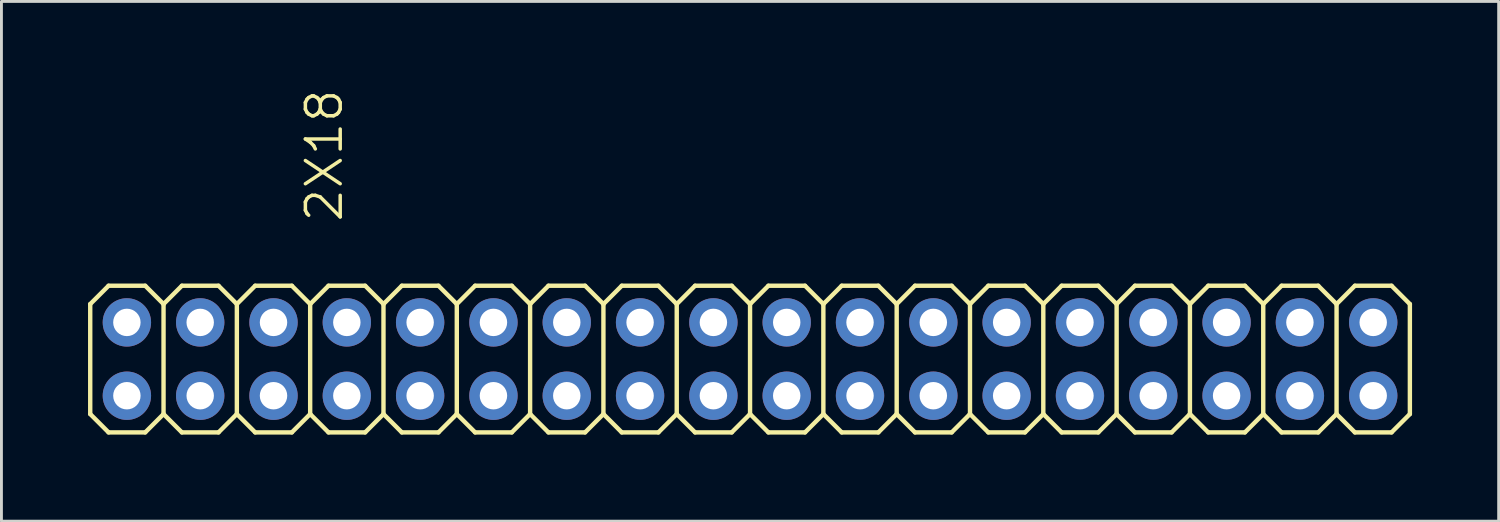
<source format=kicad_pcb>
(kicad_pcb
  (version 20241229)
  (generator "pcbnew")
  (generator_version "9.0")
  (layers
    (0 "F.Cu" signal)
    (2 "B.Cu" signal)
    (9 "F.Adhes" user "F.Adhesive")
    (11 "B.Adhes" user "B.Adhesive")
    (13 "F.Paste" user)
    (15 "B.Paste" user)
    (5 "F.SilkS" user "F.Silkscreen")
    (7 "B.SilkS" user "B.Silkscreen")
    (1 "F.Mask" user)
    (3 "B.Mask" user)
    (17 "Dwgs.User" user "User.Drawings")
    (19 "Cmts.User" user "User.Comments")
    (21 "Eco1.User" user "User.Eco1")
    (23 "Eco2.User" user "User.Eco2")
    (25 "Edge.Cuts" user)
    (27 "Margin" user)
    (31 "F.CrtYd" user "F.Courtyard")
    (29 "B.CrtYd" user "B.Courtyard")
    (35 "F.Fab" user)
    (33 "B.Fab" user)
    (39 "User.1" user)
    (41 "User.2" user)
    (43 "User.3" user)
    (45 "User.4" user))
  (footprint "2X18"
    (layer "F.Cu")
    (at 22.936 9.39)
    (property "Reference" "2X18" (at -14.046 -4.674 90) (layer "F.SilkS") (effects (font (size 1.206 1.206) (thickness 0.121)) (justify left bottom)))
    (attr through_hole)
    (fp_line (start -22.86 -1.905) (end -22.225 -2.54) (stroke (width 0.152) (type solid)) (layer "F.SilkS"))
    (fp_line (start -22.86 1.905) (end -22.86 -1.905) (stroke (width 0.152) (type solid)) (layer "F.SilkS"))
    (fp_line (start -22.86 1.905) (end -22.225 2.54) (stroke (width 0.152) (type solid)) (layer "F.SilkS"))
    (fp_line (start -22.225 -2.54) (end -20.955 -2.54) (stroke (width 0.152) (type solid)) (layer "F.SilkS"))
    (fp_line (start -22.225 2.54) (end -20.955 2.54) (stroke (width 0.152) (type solid)) (layer "F.SilkS"))
    (fp_line (start -20.955 -2.54) (end -20.32 -1.905) (stroke (width 0.152) (type solid)) (layer "F.SilkS"))
    (fp_line (start -20.955 2.54) (end -20.32 1.905) (stroke (width 0.152) (type solid)) (layer "F.SilkS"))
    (fp_line (start -20.32 -1.905) (end -20.32 1.905) (stroke (width 0.152) (type solid)) (layer "F.SilkS"))
    (fp_line (start -20.32 -1.905) (end -19.685 -2.54) (stroke (width 0.152) (type solid)) (layer "F.SilkS"))
    (fp_line (start -20.32 1.905) (end -19.685 2.54) (stroke (width 0.152) (type solid)) (layer "F.SilkS"))
    (fp_line (start -19.685 -2.54) (end -18.415 -2.54) (stroke (width 0.152) (type solid)) (layer "F.SilkS"))
    (fp_line (start -19.685 2.54) (end -18.415 2.54) (stroke (width 0.152) (type solid)) (layer "F.SilkS"))
    (fp_line (start -18.415 -2.54) (end -17.78 -1.905) (stroke (width 0.152) (type solid)) (layer "F.SilkS"))
    (fp_line (start -18.415 2.54) (end -17.78 1.905) (stroke (width 0.152) (type solid)) (layer "F.SilkS"))
    (fp_line (start -17.78 -1.905) (end -17.78 1.905) (stroke (width 0.152) (type solid)) (layer "F.SilkS"))
    (fp_line (start -17.78 -1.905) (end -17.145 -2.54) (stroke (width 0.152) (type solid)) (layer "F.SilkS"))
    (fp_line (start -17.78 1.905) (end -17.145 2.54) (stroke (width 0.152) (type solid)) (layer "F.SilkS"))
    (fp_line (start -17.145 -2.54) (end -15.875 -2.54) (stroke (width 0.152) (type solid)) (layer "F.SilkS"))
    (fp_line (start -17.145 2.54) (end -15.875 2.54) (stroke (width 0.152) (type solid)) (layer "F.SilkS"))
    (fp_line (start -15.875 -2.54) (end -15.24 -1.905) (stroke (width 0.152) (type solid)) (layer "F.SilkS"))
    (fp_line (start -15.875 2.54) (end -15.24 1.905) (stroke (width 0.152) (type solid)) (layer "F.SilkS"))
    (fp_line (start -15.24 -1.905) (end -15.24 1.905) (stroke (width 0.152) (type solid)) (layer "F.SilkS"))
    (fp_line (start -15.24 -1.905) (end -14.605 -2.54) (stroke (width 0.152) (type solid)) (layer "F.SilkS"))
    (fp_line (start -15.24 1.905) (end -14.605 2.54) (stroke (width 0.152) (type solid)) (layer "F.SilkS"))
    (fp_line (start -14.605 -2.54) (end -13.335 -2.54) (stroke (width 0.152) (type solid)) (layer "F.SilkS"))
    (fp_line (start -14.605 2.54) (end -13.335 2.54) (stroke (width 0.152) (type solid)) (layer "F.SilkS"))
    (fp_line (start -13.335 -2.54) (end -12.7 -1.905) (stroke (width 0.152) (type solid)) (layer "F.SilkS"))
    (fp_line (start -13.335 2.54) (end -12.7 1.905) (stroke (width 0.152) (type solid)) (layer "F.SilkS"))
    (fp_line (start -12.7 -1.905) (end -12.7 1.905) (stroke (width 0.152) (type solid)) (layer "F.SilkS"))
    (fp_line (start -12.7 -1.905) (end -12.065 -2.54) (stroke (width 0.152) (type solid)) (layer "F.SilkS"))
    (fp_line (start -12.7 1.905) (end -12.065 2.54) (stroke (width 0.152) (type solid)) (layer "F.SilkS"))
    (fp_line (start -12.065 -2.54) (end -10.795 -2.54) (stroke (width 0.152) (type solid)) (layer "F.SilkS"))
    (fp_line (start -12.065 2.54) (end -10.795 2.54) (stroke (width 0.152) (type solid)) (layer "F.SilkS"))
    (fp_line (start -10.795 -2.54) (end -10.16 -1.905) (stroke (width 0.152) (type solid)) (layer "F.SilkS"))
    (fp_line (start -10.795 2.54) (end -10.16 1.905) (stroke (width 0.152) (type solid)) (layer "F.SilkS"))
    (fp_line (start -10.16 -1.905) (end -10.16 1.905) (stroke (width 0.152) (type solid)) (layer "F.SilkS"))
    (fp_line (start -10.16 -1.905) (end -9.525 -2.54) (stroke (width 0.152) (type solid)) (layer "F.SilkS"))
    (fp_line (start -10.16 1.905) (end -9.525 2.54) (stroke (width 0.152) (type solid)) (layer "F.SilkS"))
    (fp_line (start -9.525 -2.54) (end -8.255 -2.54) (stroke (width 0.152) (type solid)) (layer "F.SilkS"))
    (fp_line (start -9.525 2.54) (end -8.255 2.54) (stroke (width 0.152) (type solid)) (layer "F.SilkS"))
    (fp_line (start -8.255 -2.54) (end -7.62 -1.905) (stroke (width 0.152) (type solid)) (layer "F.SilkS"))
    (fp_line (start -8.255 2.54) (end -7.62 1.905) (stroke (width 0.152) (type solid)) (layer "F.SilkS"))
    (fp_line (start -7.62 -1.905) (end -7.62 1.905) (stroke (width 0.152) (type solid)) (layer "F.SilkS"))
    (fp_line (start -7.62 -1.905) (end -6.985 -2.54) (stroke (width 0.152) (type solid)) (layer "F.SilkS"))
    (fp_line (start -7.62 1.905) (end -6.985 2.54) (stroke (width 0.152) (type solid)) (layer "F.SilkS"))
    (fp_line (start -6.985 -2.54) (end -5.715 -2.54) (stroke (width 0.152) (type solid)) (layer "F.SilkS"))
    (fp_line (start -5.715 -2.54) (end -5.08 -1.905) (stroke (width 0.152) (type solid)) (layer "F.SilkS"))
    (fp_line (start -5.715 2.54) (end -6.985 2.54) (stroke (width 0.152) (type solid)) (layer "F.SilkS"))
    (fp_line (start -5.08 -1.905) (end -5.08 1.905) (stroke (width 0.152) (type solid)) (layer "F.SilkS"))
    (fp_line (start -5.08 -1.905) (end -4.445 -2.54) (stroke (width 0.152) (type solid)) (layer "F.SilkS"))
    (fp_line (start -5.08 1.905) (end -5.715 2.54) (stroke (width 0.152) (type solid)) (layer "F.SilkS"))
    (fp_line (start -5.08 1.905) (end -4.445 2.54) (stroke (width 0.152) (type solid)) (layer "F.SilkS"))
    (fp_line (start -4.445 -2.54) (end -3.175 -2.54) (stroke (width 0.152) (type solid)) (layer "F.SilkS"))
    (fp_line (start -3.175 -2.54) (end -2.54 -1.905) (stroke (width 0.152) (type solid)) (layer "F.SilkS"))
    (fp_line (start -3.175 2.54) (end -4.445 2.54) (stroke (width 0.152) (type solid)) (layer "F.SilkS"))
    (fp_line (start -2.54 -1.905) (end -2.54 1.905) (stroke (width 0.152) (type solid)) (layer "F.SilkS"))
    (fp_line (start -2.54 -1.905) (end -1.905 -2.54) (stroke (width 0.152) (type solid)) (layer "F.SilkS"))
    (fp_line (start -2.54 1.905) (end -3.175 2.54) (stroke (width 0.152) (type solid)) (layer "F.SilkS"))
    (fp_line (start -2.54 1.905) (end -1.905 2.54) (stroke (width 0.152) (type solid)) (layer "F.SilkS"))
    (fp_line (start -1.905 -2.54) (end -0.635 -2.54) (stroke (width 0.152) (type solid)) (layer "F.SilkS"))
    (fp_line (start -0.635 -2.54) (end 0 -1.905) (stroke (width 0.152) (type solid)) (layer "F.SilkS"))
    (fp_line (start -0.635 2.54) (end -1.905 2.54) (stroke (width 0.152) (type solid)) (layer "F.SilkS"))
    (fp_line (start 0 -1.905) (end 0 1.905) (stroke (width 0.152) (type solid)) (layer "F.SilkS"))
    (fp_line (start 0 -1.905) (end 0.635 -2.54) (stroke (width 0.152) (type solid)) (layer "F.SilkS"))
    (fp_line (start 0 1.905) (end -0.635 2.54) (stroke (width 0.152) (type solid)) (layer "F.SilkS"))
    (fp_line (start 0 1.905) (end 0.635 2.54) (stroke (width 0.152) (type solid)) (layer "F.SilkS"))
    (fp_line (start 0.635 -2.54) (end 1.905 -2.54) (stroke (width 0.152) (type solid)) (layer "F.SilkS"))
    (fp_line (start 1.905 -2.54) (end 2.54 -1.905) (stroke (width 0.152) (type solid)) (layer "F.SilkS"))
    (fp_line (start 1.905 2.54) (end 0.635 2.54) (stroke (width 0.152) (type solid)) (layer "F.SilkS"))
    (fp_line (start 2.54 -1.905) (end 2.54 1.905) (stroke (width 0.152) (type solid)) (layer "F.SilkS"))
    (fp_line (start 2.54 -1.905) (end 3.175 -2.54) (stroke (width 0.152) (type solid)) (layer "F.SilkS"))
    (fp_line (start 2.54 1.905) (end 1.905 2.54) (stroke (width 0.152) (type solid)) (layer "F.SilkS"))
    (fp_line (start 2.54 1.905) (end 3.175 2.54) (stroke (width 0.152) (type solid)) (layer "F.SilkS"))
    (fp_line (start 3.175 -2.54) (end 4.445 -2.54) (stroke (width 0.152) (type solid)) (layer "F.SilkS"))
    (fp_line (start 4.445 -2.54) (end 5.08 -1.905) (stroke (width 0.152) (type solid)) (layer "F.SilkS"))
    (fp_line (start 4.445 2.54) (end 3.175 2.54) (stroke (width 0.152) (type solid)) (layer "F.SilkS"))
    (fp_line (start 5.08 -1.905) (end 5.08 1.905) (stroke (width 0.152) (type solid)) (layer "F.SilkS"))
    (fp_line (start 5.08 -1.905) (end 5.715 -2.54) (stroke (width 0.152) (type solid)) (layer "F.SilkS"))
    (fp_line (start 5.08 1.905) (end 4.445 2.54) (stroke (width 0.152) (type solid)) (layer "F.SilkS"))
    (fp_line (start 5.08 1.905) (end 5.715 2.54) (stroke (width 0.152) (type solid)) (layer "F.SilkS"))
    (fp_line (start 5.715 -2.54) (end 6.985 -2.54) (stroke (width 0.152) (type solid)) (layer "F.SilkS"))
    (fp_line (start 6.985 2.54) (end 5.715 2.54) (stroke (width 0.152) (type solid)) (layer "F.SilkS"))
    (fp_line (start 7.62 -1.905) (end 6.985 -2.54) (stroke (width 0.152) (type solid)) (layer "F.SilkS"))
    (fp_line (start 7.62 -1.905) (end 7.62 1.905) (stroke (width 0.152) (type solid)) (layer "F.SilkS"))
    (fp_line (start 7.62 -1.905) (end 8.255 -2.54) (stroke (width 0.152) (type solid)) (layer "F.SilkS"))
    (fp_line (start 7.62 1.905) (end 6.985 2.54) (stroke (width 0.152) (type solid)) (layer "F.SilkS"))
    (fp_line (start 7.62 1.905) (end 8.255 2.54) (stroke (width 0.152) (type solid)) (layer "F.SilkS"))
    (fp_line (start 9.525 -2.54) (end 8.255 -2.54) (stroke (width 0.152) (type solid)) (layer "F.SilkS"))
    (fp_line (start 9.525 -2.54) (end 10.16 -1.905) (stroke (width 0.152) (type solid)) (layer "F.SilkS"))
    (fp_line (start 9.525 2.54) (end 8.255 2.54) (stroke (width 0.152) (type solid)) (layer "F.SilkS"))
    (fp_line (start 10.16 -1.905) (end 10.16 1.905) (stroke (width 0.152) (type solid)) (layer "F.SilkS"))
    (fp_line (start 10.16 -1.905) (end 10.795 -2.54) (stroke (width 0.152) (type solid)) (layer "F.SilkS"))
    (fp_line (start 10.16 1.905) (end 9.525 2.54) (stroke (width 0.152) (type solid)) (layer "F.SilkS"))
    (fp_line (start 10.16 1.905) (end 10.795 2.54) (stroke (width 0.152) (type solid)) (layer "F.SilkS"))
    (fp_line (start 12.065 -2.54) (end 10.795 -2.54) (stroke (width 0.152) (type solid)) (layer "F.SilkS"))
    (fp_line (start 12.065 -2.54) (end 12.7 -1.905) (stroke (width 0.152) (type solid)) (layer "F.SilkS"))
    (fp_line (start 12.065 2.54) (end 10.795 2.54) (stroke (width 0.152) (type solid)) (layer "F.SilkS"))
    (fp_line (start 12.7 -1.905) (end 12.7 1.905) (stroke (width 0.152) (type solid)) (layer "F.SilkS"))
    (fp_line (start 12.7 -1.905) (end 13.335 -2.54) (stroke (width 0.152) (type solid)) (layer "F.SilkS"))
    (fp_line (start 12.7 1.905) (end 12.065 2.54) (stroke (width 0.152) (type solid)) (layer "F.SilkS"))
    (fp_line (start 13.335 2.54) (end 12.7 1.905) (stroke (width 0.152) (type solid)) (layer "F.SilkS"))
    (fp_line (start 13.335 2.54) (end 14.605 2.54) (stroke (width 0.152) (type solid)) (layer "F.SilkS"))
    (fp_line (start 14.605 -2.54) (end 13.335 -2.54) (stroke (width 0.152) (type solid)) (layer "F.SilkS"))
    (fp_line (start 14.605 -2.54) (end 15.24 -1.905) (stroke (width 0.152) (type solid)) (layer "F.SilkS"))
    (fp_line (start 15.24 -1.905) (end 15.24 1.905) (stroke (width 0.152) (type solid)) (layer "F.SilkS"))
    (fp_line (start 15.24 -1.905) (end 15.875 -2.54) (stroke (width 0.152) (type solid)) (layer "F.SilkS"))
    (fp_line (start 15.24 1.905) (end 14.605 2.54) (stroke (width 0.152) (type solid)) (layer "F.SilkS"))
    (fp_line (start 15.875 2.54) (end 15.24 1.905) (stroke (width 0.152) (type solid)) (layer "F.SilkS"))
    (fp_line (start 15.875 2.54) (end 17.145 2.54) (stroke (width 0.152) (type solid)) (layer "F.SilkS"))
    (fp_line (start 17.145 -2.54) (end 15.875 -2.54) (stroke (width 0.152) (type solid)) (layer "F.SilkS"))
    (fp_line (start 17.145 -2.54) (end 17.78 -1.905) (stroke (width 0.152) (type solid)) (layer "F.SilkS"))
    (fp_line (start 17.78 -1.905) (end 17.78 1.905) (stroke (width 0.152) (type solid)) (layer "F.SilkS"))
    (fp_line (start 17.78 -1.905) (end 18.415 -2.54) (stroke (width 0.152) (type solid)) (layer "F.SilkS"))
    (fp_line (start 17.78 1.905) (end 17.145 2.54) (stroke (width 0.152) (type solid)) (layer "F.SilkS"))
    (fp_line (start 17.78 1.905) (end 18.415 2.54) (stroke (width 0.152) (type solid)) (layer "F.SilkS"))
    (fp_line (start 19.685 -2.54) (end 18.415 -2.54) (stroke (width 0.152) (type solid)) (layer "F.SilkS"))
    (fp_line (start 19.685 -2.54) (end 20.32 -1.905) (stroke (width 0.152) (type solid)) (layer "F.SilkS"))
    (fp_line (start 19.685 2.54) (end 18.415 2.54) (stroke (width 0.152) (type solid)) (layer "F.SilkS"))
    (fp_line (start 20.32 -1.905) (end 20.32 1.905) (stroke (width 0.152) (type solid)) (layer "F.SilkS"))
    (fp_line (start 20.32 -1.905) (end 20.955 -2.54) (stroke (width 0.152) (type solid)) (layer "F.SilkS"))
    (fp_line (start 20.32 1.905) (end 19.685 2.54) (stroke (width 0.152) (type solid)) (layer "F.SilkS"))
    (fp_line (start 20.32 1.905) (end 20.955 2.54) (stroke (width 0.152) (type solid)) (layer "F.SilkS"))
    (fp_line (start 22.225 -2.54) (end 20.955 -2.54) (stroke (width 0.152) (type solid)) (layer "F.SilkS"))
    (fp_line (start 22.225 -2.54) (end 22.86 -1.905) (stroke (width 0.152) (type solid)) (layer "F.SilkS"))
    (fp_line (start 22.225 2.54) (end 20.955 2.54) (stroke (width 0.152) (type solid)) (layer "F.SilkS"))
    (fp_line (start 22.86 -1.905) (end 22.86 1.905) (stroke (width 0.152) (type solid)) (layer "F.SilkS"))
    (fp_line (start 22.86 1.905) (end 22.225 2.54) (stroke (width 0.152) (type solid)) (layer "F.SilkS"))
    (fp_poly (pts (xy -21.844 -1.016) (xy -21.336 -1.016) (xy -21.336 -1.524) (xy -21.844 -1.524)) (stroke (width 0.1) (type solid)) (fill no) (layer "F.Fab"))
    (fp_poly (pts (xy -21.844 1.524) (xy -21.336 1.524) (xy -21.336 1.016) (xy -21.844 1.016)) (stroke (width 0.1) (type solid)) (fill no) (layer "F.Fab"))
    (fp_poly (pts (xy -19.304 -1.016) (xy -18.796 -1.016) (xy -18.796 -1.524) (xy -19.304 -1.524)) (stroke (width 0.1) (type solid)) (fill no) (layer "F.Fab"))
    (fp_poly (pts (xy -19.304 1.524) (xy -18.796 1.524) (xy -18.796 1.016) (xy -19.304 1.016)) (stroke (width 0.1) (type solid)) (fill no) (layer "F.Fab"))
    (fp_poly (pts (xy -16.764 -1.016) (xy -16.256 -1.016) (xy -16.256 -1.524) (xy -16.764 -1.524)) (stroke (width 0.1) (type solid)) (fill no) (layer "F.Fab"))
    (fp_poly (pts (xy -16.764 1.524) (xy -16.256 1.524) (xy -16.256 1.016) (xy -16.764 1.016)) (stroke (width 0.1) (type solid)) (fill no) (layer "F.Fab"))
    (fp_poly (pts (xy -14.224 -1.016) (xy -13.716 -1.016) (xy -13.716 -1.524) (xy -14.224 -1.524)) (stroke (width 0.1) (type solid)) (fill no) (layer "F.Fab"))
    (fp_poly (pts (xy -14.224 1.524) (xy -13.716 1.524) (xy -13.716 1.016) (xy -14.224 1.016)) (stroke (width 0.1) (type solid)) (fill no) (layer "F.Fab"))
    (fp_poly (pts (xy -11.684 -1.016) (xy -11.176 -1.016) (xy -11.176 -1.524) (xy -11.684 -1.524)) (stroke (width 0.1) (type solid)) (fill no) (layer "F.Fab"))
    (fp_poly (pts (xy -11.684 1.524) (xy -11.176 1.524) (xy -11.176 1.016) (xy -11.684 1.016)) (stroke (width 0.1) (type solid)) (fill no) (layer "F.Fab"))
    (fp_poly (pts (xy -9.144 -1.016) (xy -8.636 -1.016) (xy -8.636 -1.524) (xy -9.144 -1.524)) (stroke (width 0.1) (type solid)) (fill no) (layer "F.Fab"))
    (fp_poly (pts (xy -9.144 1.524) (xy -8.636 1.524) (xy -8.636 1.016) (xy -9.144 1.016)) (stroke (width 0.1) (type solid)) (fill no) (layer "F.Fab"))
    (fp_poly (pts (xy -6.604 -1.016) (xy -6.096 -1.016) (xy -6.096 -1.524) (xy -6.604 -1.524)) (stroke (width 0.1) (type solid)) (fill no) (layer "F.Fab"))
    (fp_poly (pts (xy -6.604 1.524) (xy -6.096 1.524) (xy -6.096 1.016) (xy -6.604 1.016)) (stroke (width 0.1) (type solid)) (fill no) (layer "F.Fab"))
    (fp_poly (pts (xy -4.064 -1.016) (xy -3.556 -1.016) (xy -3.556 -1.524) (xy -4.064 -1.524)) (stroke (width 0.1) (type solid)) (fill no) (layer "F.Fab"))
    (fp_poly (pts (xy -4.064 1.524) (xy -3.556 1.524) (xy -3.556 1.016) (xy -4.064 1.016)) (stroke (width 0.1) (type solid)) (fill no) (layer "F.Fab"))
    (fp_poly (pts (xy -1.524 -1.016) (xy -1.016 -1.016) (xy -1.016 -1.524) (xy -1.524 -1.524)) (stroke (width 0.1) (type solid)) (fill no) (layer "F.Fab"))
    (fp_poly (pts (xy -1.524 1.524) (xy -1.016 1.524) (xy -1.016 1.016) (xy -1.524 1.016)) (stroke (width 0.1) (type solid)) (fill no) (layer "F.Fab"))
    (fp_poly (pts (xy 1.016 -1.016) (xy 1.524 -1.016) (xy 1.524 -1.524) (xy 1.016 -1.524)) (stroke (width 0.1) (type solid)) (fill no) (layer "F.Fab"))
    (fp_poly (pts (xy 1.016 1.524) (xy 1.524 1.524) (xy 1.524 1.016) (xy 1.016 1.016)) (stroke (width 0.1) (type solid)) (fill no) (layer "F.Fab"))
    (fp_poly (pts (xy 3.556 -1.016) (xy 4.064 -1.016) (xy 4.064 -1.524) (xy 3.556 -1.524)) (stroke (width 0.1) (type solid)) (fill no) (layer "F.Fab"))
    (fp_poly (pts (xy 3.556 1.524) (xy 4.064 1.524) (xy 4.064 1.016) (xy 3.556 1.016)) (stroke (width 0.1) (type solid)) (fill no) (layer "F.Fab"))
    (fp_poly (pts (xy 6.096 -1.016) (xy 6.604 -1.016) (xy 6.604 -1.524) (xy 6.096 -1.524)) (stroke (width 0.1) (type solid)) (fill no) (layer "F.Fab"))
    (fp_poly (pts (xy 6.096 1.524) (xy 6.604 1.524) (xy 6.604 1.016) (xy 6.096 1.016)) (stroke (width 0.1) (type solid)) (fill no) (layer "F.Fab"))
    (fp_poly (pts (xy 8.636 -1.016) (xy 9.144 -1.016) (xy 9.144 -1.524) (xy 8.636 -1.524)) (stroke (width 0.1) (type solid)) (fill no) (layer "F.Fab"))
    (fp_poly (pts (xy 8.636 1.524) (xy 9.144 1.524) (xy 9.144 1.016) (xy 8.636 1.016)) (stroke (width 0.1) (type solid)) (fill no) (layer "F.Fab"))
    (fp_poly (pts (xy 11.176 -1.016) (xy 11.684 -1.016) (xy 11.684 -1.524) (xy 11.176 -1.524)) (stroke (width 0.1) (type solid)) (fill no) (layer "F.Fab"))
    (fp_poly (pts (xy 11.176 1.524) (xy 11.684 1.524) (xy 11.684 1.016) (xy 11.176 1.016)) (stroke (width 0.1) (type solid)) (fill no) (layer "F.Fab"))
    (fp_poly (pts (xy 13.716 -1.016) (xy 14.224 -1.016) (xy 14.224 -1.524) (xy 13.716 -1.524)) (stroke (width 0.1) (type solid)) (fill no) (layer "F.Fab"))
    (fp_poly (pts (xy 13.716 1.524) (xy 14.224 1.524) (xy 14.224 1.016) (xy 13.716 1.016)) (stroke (width 0.1) (type solid)) (fill no) (layer "F.Fab"))
    (fp_poly (pts (xy 16.256 -1.016) (xy 16.764 -1.016) (xy 16.764 -1.524) (xy 16.256 -1.524)) (stroke (width 0.1) (type solid)) (fill no) (layer "F.Fab"))
    (fp_poly (pts (xy 16.256 1.524) (xy 16.764 1.524) (xy 16.764 1.016) (xy 16.256 1.016)) (stroke (width 0.1) (type solid)) (fill no) (layer "F.Fab"))
    (fp_poly (pts (xy 18.796 -1.016) (xy 19.304 -1.016) (xy 19.304 -1.524) (xy 18.796 -1.524)) (stroke (width 0.1) (type solid)) (fill no) (layer "F.Fab"))
    (fp_poly (pts (xy 18.796 1.524) (xy 19.304 1.524) (xy 19.304 1.016) (xy 18.796 1.016)) (stroke (width 0.1) (type solid)) (fill no) (layer "F.Fab"))
    (fp_poly (pts (xy 21.336 -1.016) (xy 21.844 -1.016) (xy 21.844 -1.524) (xy 21.336 -1.524)) (stroke (width 0.1) (type solid)) (fill no) (layer "F.Fab"))
    (fp_poly (pts (xy 21.336 1.524) (xy 21.844 1.524) (xy 21.844 1.016) (xy 21.336 1.016)) (stroke (width 0.1) (type solid)) (fill no) (layer "F.Fab"))
    (pad "1" thru_hole circle (at -21.59 1.27) (size 1.676 1.676) (drill 0.95) (layers "*.Cu" "*.Mask"))
    (pad "2" thru_hole circle (at -21.59 -1.27) (size 1.676 1.676) (drill 0.95) (layers "*.Cu" "*.Mask"))
    (pad "3" thru_hole circle (at -19.05 1.27) (size 1.676 1.676) (drill 0.95) (layers "*.Cu" "*.Mask"))
    (pad "4" thru_hole circle (at -19.05 -1.27) (size 1.676 1.676) (drill 0.95) (layers "*.Cu" "*.Mask"))
    (pad "5" thru_hole circle (at -16.51 1.27) (size 1.676 1.676) (drill 0.95) (layers "*.Cu" "*.Mask"))
    (pad "6" thru_hole circle (at -16.51 -1.27) (size 1.676 1.676) (drill 0.95) (layers "*.Cu" "*.Mask"))
    (pad "7" thru_hole circle (at -13.97 1.27) (size 1.676 1.676) (drill 0.95) (layers "*.Cu" "*.Mask"))
    (pad "8" thru_hole circle (at -13.97 -1.27) (size 1.676 1.676) (drill 0.95) (layers "*.Cu" "*.Mask"))
    (pad "9" thru_hole circle (at -11.43 1.27) (size 1.676 1.676) (drill 0.95) (layers "*.Cu" "*.Mask"))
    (pad "10" thru_hole circle (at -11.43 -1.27) (size 1.676 1.676) (drill 0.95) (layers "*.Cu" "*.Mask"))
    (pad "11" thru_hole circle (at -8.89 1.27) (size 1.676 1.676) (drill 0.95) (layers "*.Cu" "*.Mask"))
    (pad "12" thru_hole circle (at -8.89 -1.27) (size 1.676 1.676) (drill 0.95) (layers "*.Cu" "*.Mask"))
    (pad "13" thru_hole circle (at -6.35 1.27) (size 1.676 1.676) (drill 0.95) (layers "*.Cu" "*.Mask"))
    (pad "14" thru_hole circle (at -6.35 -1.27) (size 1.676 1.676) (drill 0.95) (layers "*.Cu" "*.Mask"))
    (pad "15" thru_hole circle (at -3.81 1.27) (size 1.676 1.676) (drill 0.95) (layers "*.Cu" "*.Mask"))
    (pad "16" thru_hole circle (at -3.81 -1.27) (size 1.676 1.676) (drill 0.95) (layers "*.Cu" "*.Mask"))
    (pad "17" thru_hole circle (at -1.27 1.27) (size 1.676 1.676) (drill 0.95) (layers "*.Cu" "*.Mask"))
    (pad "18" thru_hole circle (at -1.27 -1.27) (size 1.676 1.676) (drill 0.95) (layers "*.Cu" "*.Mask"))
    (pad "19" thru_hole circle (at 1.27 1.27) (size 1.676 1.676) (drill 0.95) (layers "*.Cu" "*.Mask"))
    (pad "20" thru_hole circle (at 1.27 -1.27) (size 1.676 1.676) (drill 0.95) (layers "*.Cu" "*.Mask"))
    (pad "21" thru_hole circle (at 3.81 1.27) (size 1.676 1.676) (drill 0.95) (layers "*.Cu" "*.Mask"))
    (pad "22" thru_hole circle (at 3.81 -1.27) (size 1.676 1.676) (drill 0.95) (layers "*.Cu" "*.Mask"))
    (pad "23" thru_hole circle (at 6.35 1.27) (size 1.676 1.676) (drill 0.95) (layers "*.Cu" "*.Mask"))
    (pad "24" thru_hole circle (at 6.35 -1.27) (size 1.676 1.676) (drill 0.95) (layers "*.Cu" "*.Mask"))
    (pad "25" thru_hole circle (at 8.89 1.27) (size 1.676 1.676) (drill 0.95) (layers "*.Cu" "*.Mask"))
    (pad "26" thru_hole circle (at 8.89 -1.27) (size 1.676 1.676) (drill 0.95) (layers "*.Cu" "*.Mask"))
    (pad "27" thru_hole circle (at 11.43 1.27) (size 1.676 1.676) (drill 0.95) (layers "*.Cu" "*.Mask"))
    (pad "28" thru_hole circle (at 11.43 -1.27) (size 1.676 1.676) (drill 0.95) (layers "*.Cu" "*.Mask"))
    (pad "29" thru_hole circle (at 13.97 1.27) (size 1.676 1.676) (drill 0.95) (layers "*.Cu" "*.Mask"))
    (pad "30" thru_hole circle (at 13.97 -1.27) (size 1.676 1.676) (drill 0.95) (layers "*.Cu" "*.Mask"))
    (pad "31" thru_hole circle (at 16.51 1.27) (size 1.676 1.676) (drill 0.95) (layers "*.Cu" "*.Mask"))
    (pad "32" thru_hole circle (at 16.51 -1.27) (size 1.676 1.676) (drill 0.95) (layers "*.Cu" "*.Mask"))
    (pad "33" thru_hole circle (at 19.05 1.27) (size 1.676 1.676) (drill 0.95) (layers "*.Cu" "*.Mask"))
    (pad "34" thru_hole circle (at 19.05 -1.27) (size 1.676 1.676) (drill 0.95) (layers "*.Cu" "*.Mask"))
    (pad "35" thru_hole circle (at 21.59 1.27) (size 1.676 1.676) (drill 0.95) (layers "*.Cu" "*.Mask"))
    (pad "36" thru_hole circle (at 21.59 -1.27) (size 1.676 1.676) (drill 0.95) (layers "*.Cu" "*.Mask")))
  (gr_rect
    (start -3 -3)
    (end 48.872 15.007)
    (stroke (width 0.1) (type default))
    (fill no)
    (layer "Edge.Cuts")))
</source>
